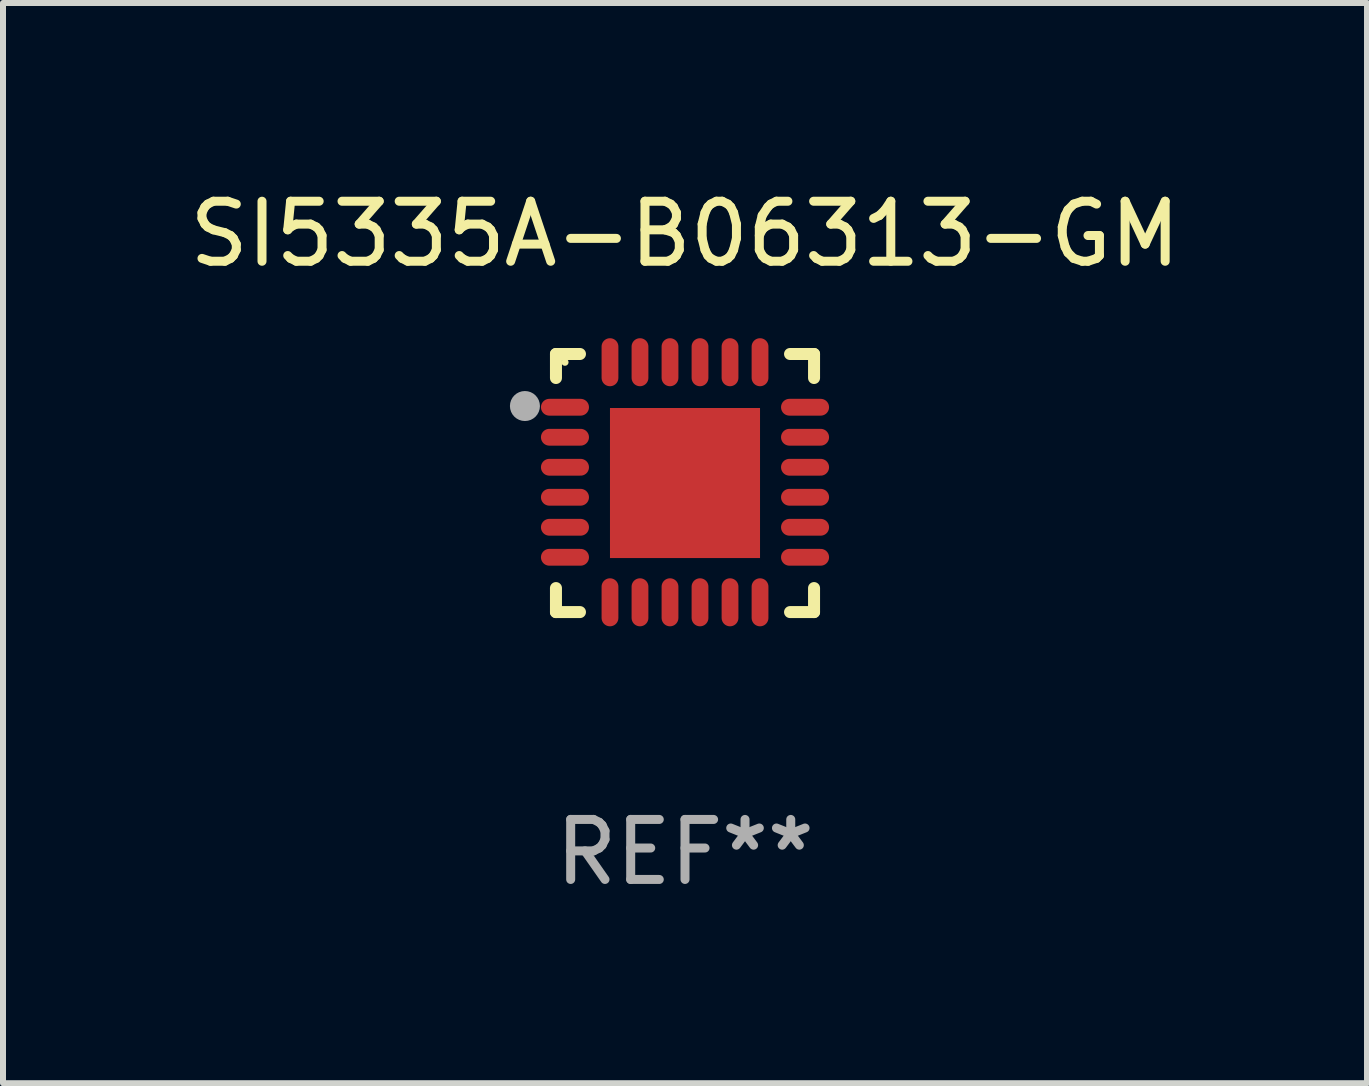
<source format=kicad_pcb>
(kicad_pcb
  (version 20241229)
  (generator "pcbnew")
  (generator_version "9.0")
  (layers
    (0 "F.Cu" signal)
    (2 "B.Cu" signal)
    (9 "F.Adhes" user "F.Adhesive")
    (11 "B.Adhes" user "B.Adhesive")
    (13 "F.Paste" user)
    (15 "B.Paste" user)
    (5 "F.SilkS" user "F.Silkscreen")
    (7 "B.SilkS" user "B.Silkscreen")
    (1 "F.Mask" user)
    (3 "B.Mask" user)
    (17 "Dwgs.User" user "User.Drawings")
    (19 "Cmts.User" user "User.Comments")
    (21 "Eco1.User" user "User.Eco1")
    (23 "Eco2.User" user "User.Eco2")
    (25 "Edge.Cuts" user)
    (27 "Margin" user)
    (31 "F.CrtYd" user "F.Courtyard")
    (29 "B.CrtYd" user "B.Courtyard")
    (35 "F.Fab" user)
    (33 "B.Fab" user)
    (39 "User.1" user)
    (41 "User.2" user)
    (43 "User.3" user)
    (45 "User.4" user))
  (footprint "SI5335A-B06313-GM"
    (layer "F.Cu")
    (at 8.363 4.998)
    (property "Reference" "SI5335A-B06313-GM" (at 0 -4.15 0) (layer "F.SilkS") (effects (font (size 1 1) (thickness 0.15))))
    (attr through_hole)
    (fp_line (start -2.15 -2.15) (end -1.75 -2.15) (stroke (width 0.2) (type solid)) (layer "F.SilkS"))
    (fp_line (start -2.15 -1.75) (end -2.15 -2.15) (stroke (width 0.2) (type solid)) (layer "F.SilkS"))
    (fp_line (start -2.15 2.15) (end -2.15 1.75) (stroke (width 0.2) (type solid)) (layer "F.SilkS"))
    (fp_line (start -1.75 2.15) (end -2.15 2.15) (stroke (width 0.2) (type solid)) (layer "F.SilkS"))
    (fp_line (start 1.75 -2.15) (end 2.15 -2.15) (stroke (width 0.2) (type solid)) (layer "F.SilkS"))
    (fp_line (start 1.75 2.15) (end 2.15 2.15) (stroke (width 0.2) (type solid)) (layer "F.SilkS"))
    (fp_line (start 2.15 -2.15) (end 2.15 -1.75) (stroke (width 0.2) (type solid)) (layer "F.SilkS"))
    (fp_line (start 2.15 2.15) (end 2.15 1.75) (stroke (width 0.2) (type solid)) (layer "F.SilkS"))
    (fp_circle (center -2 -2.013) (end -1.97 -2.013) (stroke (width 0.06) (type solid)) (fill no) (layer "F.SilkS"))
    (fp_circle (center -2.667 -1.283) (end -2.542 -1.283) (stroke (width 0.25) (type solid)) (fill no) (layer "F.Fab"))
    (fp_text user "REF**" (at 0 6.15 0) (layer "F.Fab") (effects (font (size 1 1) (thickness 0.15))))
    (pad "1" smd oval (at -2 -1.263) (size 0.8 0.28) (layers "F.Cu" "F.Mask" "F.Paste"))
    (pad "2" smd oval (at -2 -0.763) (size 0.8 0.28) (layers "F.Cu" "F.Mask" "F.Paste"))
    (pad "3" smd oval (at -2 -0.263) (size 0.8 0.28) (layers "F.Cu" "F.Mask" "F.Paste"))
    (pad "4" smd oval (at -2 0.237) (size 0.8 0.28) (layers "F.Cu" "F.Mask" "F.Paste"))
    (pad "5" smd oval (at -2 0.737) (size 0.8 0.28) (layers "F.Cu" "F.Mask" "F.Paste"))
    (pad "6" smd oval (at -2 1.237) (size 0.8 0.28) (layers "F.Cu" "F.Mask" "F.Paste"))
    (pad "7" smd oval (at -1.25 1.987) (size 0.28 0.8) (layers "F.Cu" "F.Mask" "F.Paste"))
    (pad "8" smd oval (at -0.75 1.987) (size 0.28 0.8) (layers "F.Cu" "F.Mask" "F.Paste"))
    (pad "9" smd oval (at -0.25 1.987) (size 0.28 0.8) (layers "F.Cu" "F.Mask" "F.Paste"))
    (pad "10" smd oval (at 0.25 1.987) (size 0.28 0.8) (layers "F.Cu" "F.Mask" "F.Paste"))
    (pad "11" smd oval (at 0.75 1.987) (size 0.28 0.8) (layers "F.Cu" "F.Mask" "F.Paste"))
    (pad "12" smd oval (at 1.25 1.987) (size 0.28 0.8) (layers "F.Cu" "F.Mask" "F.Paste"))
    (pad "13" smd oval (at 2 1.237) (size 0.8 0.28) (layers "F.Cu" "F.Mask" "F.Paste"))
    (pad "14" smd oval (at 2 0.737) (size 0.8 0.28) (layers "F.Cu" "F.Mask" "F.Paste"))
    (pad "15" smd oval (at 2 0.237) (size 0.8 0.28) (layers "F.Cu" "F.Mask" "F.Paste"))
    (pad "16" smd oval (at 2 -0.263) (size 0.8 0.28) (layers "F.Cu" "F.Mask" "F.Paste"))
    (pad "17" smd oval (at 2 -0.763) (size 0.8 0.28) (layers "F.Cu" "F.Mask" "F.Paste"))
    (pad "18" smd oval (at 2 -1.263) (size 0.8 0.28) (layers "F.Cu" "F.Mask" "F.Paste"))
    (pad "19" smd oval (at 1.25 -2.013) (size 0.28 0.8) (layers "F.Cu" "F.Mask" "F.Paste"))
    (pad "20" smd oval (at 0.75 -2.013) (size 0.28 0.8) (layers "F.Cu" "F.Mask" "F.Paste"))
    (pad "21" smd oval (at 0.25 -2.013) (size 0.28 0.8) (layers "F.Cu" "F.Mask" "F.Paste"))
    (pad "22" smd oval (at -0.25 -2.013) (size 0.28 0.8) (layers "F.Cu" "F.Mask" "F.Paste"))
    (pad "23" smd oval (at -0.75 -2.013) (size 0.28 0.8) (layers "F.Cu" "F.Mask" "F.Paste"))
    (pad "24" smd oval (at -1.25 -2.013) (size 0.28 0.8) (layers "F.Cu" "F.Mask" "F.Paste"))
    (pad "25" smd rect (at -0.000127 -0.00014) (size 2.5 2.5) (layers "F.Cu" "F.Mask" "F.Paste")))
  (gr_rect
    (start -3 -3)
    (end 19.726 14.997)
    (stroke (width 0.1) (type default))
    (fill no)
    (layer "Edge.Cuts")))
</source>
